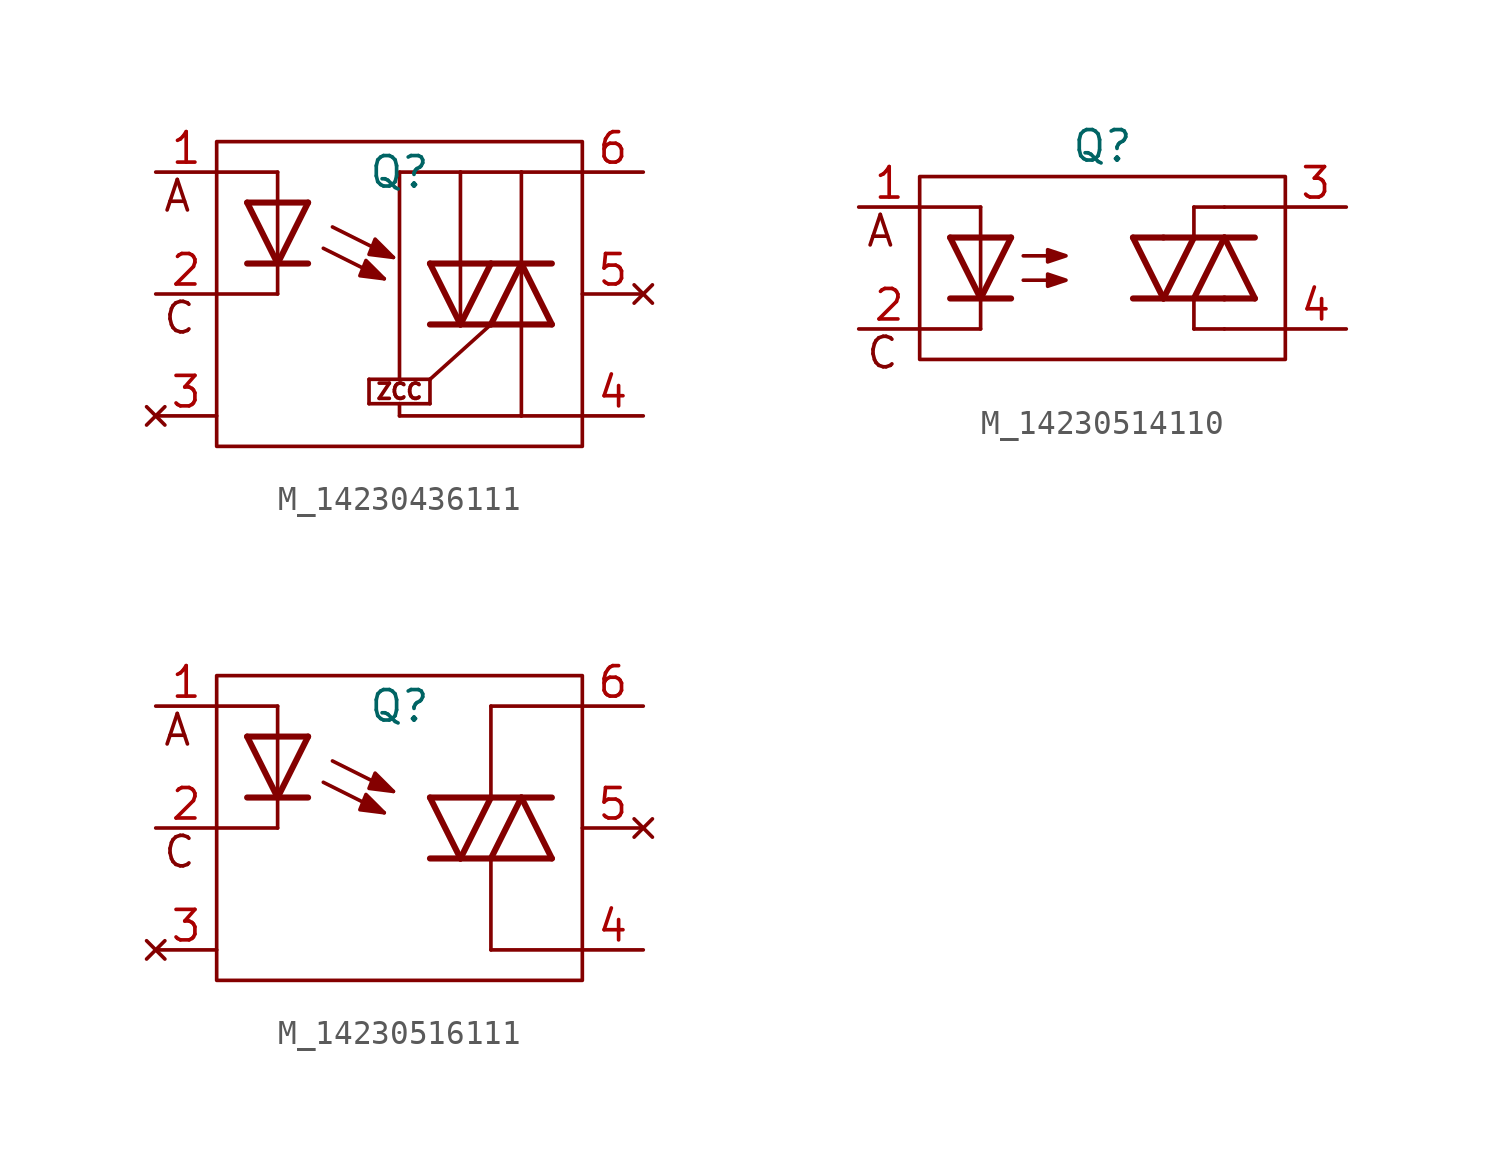
<source format=kicad_sym>
(kicad_symbol_lib
  (version 20220914)
  (generator kicad_symbol_editor)
  (symbol "M_14230436111"
    (pin_names hide)
    (property "Reference" "Q"
      (at 0 5.08 0)
      (effects (font (size 1.27 1.27))))
    (symbol "M_14230436111_0_0"
      (rectangle (start -7.62 6.35) (end 7.62 -6.35) (stroke (width 0) (type default)) (fill (type none)))
      (polyline (pts (xy -5.08 0) (xy -7.62 0)) (stroke (width 0.152) (type default)) (fill (type none)))
      (polyline (pts (xy -5.08 1.27) (xy -6.35 1.27)) (stroke (width 0.254) (type default)) (fill (type none)))
      (polyline (pts (xy -5.08 1.27) (xy -6.35 3.81)) (stroke (width 0.254) (type default)) (fill (type none)))
      (polyline (pts (xy -5.08 1.27) (xy -5.08 0)) (stroke (width 0.152) (type default)) (fill (type none)))
      (polyline (pts (xy -5.08 3.81) (xy -6.35 3.81)) (stroke (width 0.254) (type default)) (fill (type none)))
      (polyline (pts (xy -5.08 3.81) (xy -5.08 1.27)) (stroke (width 0.152) (type default)) (fill (type none)))
      (polyline (pts (xy -5.08 3.81) (xy -5.08 5.08)) (stroke (width 0.152) (type default)) (fill (type none)))
      (polyline (pts (xy -5.08 5.08) (xy -7.62 5.08)) (stroke (width 0.152) (type default)) (fill (type none)))
      (polyline (pts (xy -3.81 1.27) (xy -5.08 1.27)) (stroke (width 0.254) (type default)) (fill (type none)))
      (polyline (pts (xy -3.81 3.81) (xy -5.08 1.27)) (stroke (width 0.254) (type default)) (fill (type none)))
      (polyline (pts (xy -3.81 3.81) (xy -5.08 3.81)) (stroke (width 0.254) (type default)) (fill (type none)))
      (polyline (pts (xy -3.175 1.905) (xy -0.635 0.635)) (stroke (width 0.152) (type default)) (fill (type none)))
      (polyline (pts (xy -2.794 2.794) (xy -0.254 1.524)) (stroke (width 0.152) (type default)) (fill (type none)))
      (polyline (pts (xy -1.27 -4.572) (xy -1.27 -3.556)) (stroke (width 0.152) (type default)) (fill (type none)))
      (polyline (pts (xy -1.27 -3.556) (xy 0 -3.556)) (stroke (width 0.152) (type default)) (fill (type none)))
      (polyline (pts (xy 0 -5.08) (xy 5.08 -5.08)) (stroke (width 0.152) (type default)) (fill (type none)))
      (polyline (pts (xy 0 -4.572) (xy -1.27 -4.572)) (stroke (width 0.152) (type default)) (fill (type none)))
      (polyline (pts (xy 0 -4.572) (xy 0 -5.08)) (stroke (width 0.152) (type default)) (fill (type none)))
      (polyline (pts (xy 0 -3.556) (xy 1.27 -3.556)) (stroke (width 0.152) (type default)) (fill (type none)))
      (polyline (pts (xy 0 5.08) (xy 0 -3.556)) (stroke (width 0.152) (type default)) (fill (type none)))
      (polyline (pts (xy 1.27 -4.572) (xy 0 -4.572)) (stroke (width 0.152) (type default)) (fill (type none)))
      (polyline (pts (xy 1.27 -3.556) (xy 1.27 -4.572)) (stroke (width 0.152) (type default)) (fill (type none)))
      (polyline (pts (xy 1.27 -3.556) (xy 3.81 -1.27)) (stroke (width 0.152) (type default)) (fill (type none)))
      (polyline (pts (xy 2.54 -1.27) (xy 1.27 -1.27)) (stroke (width 0.254) (type default)) (fill (type none)))
      (polyline (pts (xy 2.54 -1.27) (xy 1.27 1.27)) (stroke (width 0.254) (type default)) (fill (type none)))
      (polyline (pts (xy 2.54 1.27) (xy 1.27 1.27)) (stroke (width 0.254) (type default)) (fill (type none)))
      (polyline (pts (xy 2.54 1.27) (xy 2.54 -1.27)) (stroke (width 0.152) (type default)) (fill (type none)))
      (polyline (pts (xy 2.54 1.27) (xy 2.54 5.08)) (stroke (width 0.152) (type default)) (fill (type none)))
      (polyline (pts (xy 2.54 5.08) (xy 0 5.08)) (stroke (width 0.152) (type default)) (fill (type none)))
      (polyline (pts (xy 3.81 -1.27) (xy 2.54 -1.27)) (stroke (width 0.254) (type default)) (fill (type none)))
      (polyline (pts (xy 3.81 -1.27) (xy 5.08 -1.27)) (stroke (width 0.254) (type default)) (fill (type none)))
      (polyline (pts (xy 3.81 -1.27) (xy 5.08 1.27)) (stroke (width 0.254) (type default)) (fill (type none)))
      (polyline (pts (xy 3.81 1.27) (xy 2.54 -1.27)) (stroke (width 0.254) (type default)) (fill (type none)))
      (polyline (pts (xy 3.81 1.27) (xy 2.54 1.27)) (stroke (width 0.254) (type default)) (fill (type none)))
      (polyline (pts (xy 3.81 1.27) (xy 5.08 1.27)) (stroke (width 0.254) (type default)) (fill (type none)))
      (polyline (pts (xy 5.08 -1.27) (xy 5.08 -5.08)) (stroke (width 0.152) (type default)) (fill (type none)))
      (polyline (pts (xy 5.08 -1.27) (xy 5.08 1.27)) (stroke (width 0.152) (type default)) (fill (type none)))
      (polyline (pts (xy 5.08 -1.27) (xy 6.35 -1.27)) (stroke (width 0.254) (type default)) (fill (type none)))
      (polyline (pts (xy 5.08 1.27) (xy 5.08 5.08)) (stroke (width 0.152) (type default)) (fill (type none)))
      (polyline (pts (xy 5.08 1.27) (xy 6.35 -1.27)) (stroke (width 0.254) (type default)) (fill (type none)))
      (polyline (pts (xy 5.08 1.27) (xy 6.35 1.27)) (stroke (width 0.254) (type default)) (fill (type none)))
      (polyline (pts (xy 5.08 5.08) (xy 2.54 5.08)) (stroke (width 0.152) (type default)) (fill (type none)))
      (polyline (pts (xy 7.62 -5.08) (xy 5.08 -5.08)) (stroke (width 0.152) (type default)) (fill (type none)))
      (polyline (pts (xy 7.62 5.08) (xy 5.08 5.08)) (stroke (width 0.152) (type default)) (fill (type none)))
      (polyline (pts (xy -1.397 1.397) (xy -0.635 0.635) (xy -1.651 0.762) (xy -1.397 1.397)) (stroke (width 0.152) (type default)) (fill (type outline)))
      (polyline (pts (xy -1.016 2.286) (xy -0.254 1.524) (xy -1.27 1.651) (xy -1.016 2.286)) (stroke (width 0.152) (type default)) (fill (type outline)))
      (text "A" (at -9.906 4.826 0) (effects (font (size 1.27 1.27)) (justify left top)))
      (text "C" (at -9.906 -0.254 0) (effects (font (size 1.27 1.27)) (justify left top))))
    (symbol "M_14230436111_1_0"
      (text "ZCC" (at 0 -4.064 0) (effects (font (size 0.635 0.635))))
      (pin passive line (at -10.16 5.08 0) (length 2.54) (name "Anode" (effects (font (size 1.27 1.27)))) (number "1" (effects (font (size 1.27 1.27)))))
      (pin passive line (at -10.16 0 0) (length 2.54) (name "Cathode" (effects (font (size 1.27 1.27)))) (number "2" (effects (font (size 1.27 1.27)))))
      (pin no_connect line (at -10.16 -5.08 0) (length 2.54) (name "NC" (effects (font (size 1.27 1.27)))) (number "3" (effects (font (size 1.27 1.27)))))
      (pin passive line (at 10.16 -5.08 180) (length 2.54) (name "Teminal" (effects (font (size 1.27 1.27)))) (number "4" (effects (font (size 1.27 1.27)))))
      (pin no_connect line (at 10.16 0 180) (length 2.54) (name "NC" (effects (font (size 1.27 1.27)))) (number "5" (effects (font (size 1.27 1.27)))))
      (pin passive line (at 10.16 5.08 180) (length 2.54) (name "Teminal" (effects (font (size 1.27 1.27)))) (number "6" (effects (font (size 1.27 1.27)))))))
  (symbol "M_14230514110"
    (pin_names hide)
    (property "Reference" "Q"
      (at 0 5.08 0)
      (effects (font (size 1.27 1.27))))
    (symbol "M_14230514110_0_0"
      (rectangle (start -7.62 3.81) (end 7.62 -3.81) (stroke (width 0) (type default)) (fill (type none)))
      (polyline (pts (xy -5.08 -2.54) (xy -7.62 -2.54)) (stroke (width 0.152) (type default)) (fill (type none)))
      (polyline (pts (xy -5.08 -1.27) (xy -6.35 -1.27)) (stroke (width 0.254) (type default)) (fill (type none)))
      (polyline (pts (xy -5.08 -1.27) (xy -6.35 1.27)) (stroke (width 0.254) (type default)) (fill (type none)))
      (polyline (pts (xy -5.08 -1.27) (xy -5.08 -2.54)) (stroke (width 0.152) (type default)) (fill (type none)))
      (polyline (pts (xy -5.08 1.27) (xy -6.35 1.27)) (stroke (width 0.254) (type default)) (fill (type none)))
      (polyline (pts (xy -5.08 1.27) (xy -5.08 -1.27)) (stroke (width 0.152) (type default)) (fill (type none)))
      (polyline (pts (xy -5.08 1.27) (xy -5.08 2.54)) (stroke (width 0.152) (type default)) (fill (type none)))
      (polyline (pts (xy -5.08 2.54) (xy -7.62 2.54)) (stroke (width 0.152) (type default)) (fill (type none)))
      (polyline (pts (xy -3.81 -1.27) (xy -5.08 -1.27)) (stroke (width 0.254) (type default)) (fill (type none)))
      (polyline (pts (xy -3.81 1.27) (xy -5.08 -1.27)) (stroke (width 0.254) (type default)) (fill (type none)))
      (polyline (pts (xy -3.81 1.27) (xy -5.08 1.27)) (stroke (width 0.254) (type default)) (fill (type none)))
      (polyline (pts (xy -3.302 -0.508) (xy -2.032 -0.508)) (stroke (width 0.152) (type default)) (fill (type none)))
      (polyline (pts (xy -3.302 0.508) (xy -2.032 0.508)) (stroke (width 0.152) (type default)) (fill (type none)))
      (polyline (pts (xy 2.54 -1.27) (xy 1.27 -1.27)) (stroke (width 0.254) (type default)) (fill (type none)))
      (polyline (pts (xy 2.54 -1.27) (xy 1.27 1.27)) (stroke (width 0.254) (type default)) (fill (type none)))
      (polyline (pts (xy 2.54 1.27) (xy 1.27 1.27)) (stroke (width 0.254) (type default)) (fill (type none)))
      (polyline (pts (xy 3.81 -2.54) (xy 5.08 -2.54)) (stroke (width 0.152) (type default)) (fill (type none)))
      (polyline (pts (xy 3.81 -1.27) (xy 2.54 -1.27)) (stroke (width 0.254) (type default)) (fill (type none)))
      (polyline (pts (xy 3.81 -1.27) (xy 3.81 -2.54)) (stroke (width 0.152) (type default)) (fill (type none)))
      (polyline (pts (xy 3.81 -1.27) (xy 5.08 -1.27)) (stroke (width 0.254) (type default)) (fill (type none)))
      (polyline (pts (xy 3.81 -1.27) (xy 5.08 1.27)) (stroke (width 0.254) (type default)) (fill (type none)))
      (polyline (pts (xy 3.81 1.27) (xy 2.54 -1.27)) (stroke (width 0.254) (type default)) (fill (type none)))
      (polyline (pts (xy 3.81 1.27) (xy 2.54 1.27)) (stroke (width 0.254) (type default)) (fill (type none)))
      (polyline (pts (xy 3.81 1.27) (xy 3.81 2.54)) (stroke (width 0.152) (type default)) (fill (type none)))
      (polyline (pts (xy 3.81 1.27) (xy 5.08 1.27)) (stroke (width 0.254) (type default)) (fill (type none)))
      (polyline (pts (xy 5.08 -1.27) (xy 6.35 -1.27)) (stroke (width 0.254) (type default)) (fill (type none)))
      (polyline (pts (xy 5.08 1.27) (xy 6.35 -1.27)) (stroke (width 0.254) (type default)) (fill (type none)))
      (polyline (pts (xy 5.08 1.27) (xy 6.35 1.27)) (stroke (width 0.254) (type default)) (fill (type none)))
      (polyline (pts (xy 5.08 2.54) (xy 3.81 2.54)) (stroke (width 0.152) (type default)) (fill (type none)))
      (polyline (pts (xy 7.62 -2.54) (xy 5.08 -2.54)) (stroke (width 0.152) (type default)) (fill (type none)))
      (polyline (pts (xy 7.62 2.54) (xy 5.08 2.54)) (stroke (width 0.152) (type default)) (fill (type none)))
      (polyline (pts (xy -2.286 -0.254) (xy -1.524 -0.508) (xy -2.286 -0.762) (xy -2.286 -0.254)) (stroke (width 0.152) (type default)) (fill (type outline)))
      (polyline (pts (xy -2.286 0.762) (xy -1.524 0.508) (xy -2.286 0.254) (xy -2.286 0.762)) (stroke (width 0.152) (type default)) (fill (type outline)))
      (text "A" (at -9.906 2.286 0) (effects (font (size 1.27 1.27)) (justify left top)))
      (text "C" (at -9.906 -2.794 0) (effects (font (size 1.27 1.27)) (justify left top))))
    (symbol "M_14230514110_1_0"
      (pin passive line (at -10.16 2.54 0) (length 2.54) (name "Anode" (effects (font (size 1.27 1.27)))) (number "1" (effects (font (size 1.27 1.27)))))
      (pin passive line (at -10.16 -2.54 0) (length 2.54) (name "Cathode" (effects (font (size 1.27 1.27)))) (number "2" (effects (font (size 1.27 1.27)))))
      (pin passive line (at 10.16 2.54 180) (length 2.54) (name "Teminal" (effects (font (size 1.27 1.27)))) (number "3" (effects (font (size 1.27 1.27)))))
      (pin passive line (at 10.16 -2.54 180) (length 2.54) (name "Teminal" (effects (font (size 1.27 1.27)))) (number "4" (effects (font (size 1.27 1.27)))))))
  (symbol "M_14230516111"
    (pin_names hide)
    (property "Reference" "Q"
      (at 0 5.08 0)
      (effects (font (size 1.27 1.27))))
    (symbol "M_14230516111_0_0"
      (rectangle (start -7.62 6.35) (end 7.62 -6.35) (stroke (width 0) (type default)) (fill (type none)))
      (polyline (pts (xy -5.08 0) (xy -7.62 0)) (stroke (width 0.152) (type default)) (fill (type none)))
      (polyline (pts (xy -5.08 1.27) (xy -6.35 1.27)) (stroke (width 0.254) (type default)) (fill (type none)))
      (polyline (pts (xy -5.08 1.27) (xy -6.35 3.81)) (stroke (width 0.254) (type default)) (fill (type none)))
      (polyline (pts (xy -5.08 1.27) (xy -5.08 0)) (stroke (width 0.152) (type default)) (fill (type none)))
      (polyline (pts (xy -5.08 3.81) (xy -6.35 3.81)) (stroke (width 0.254) (type default)) (fill (type none)))
      (polyline (pts (xy -5.08 3.81) (xy -5.08 1.27)) (stroke (width 0.152) (type default)) (fill (type none)))
      (polyline (pts (xy -5.08 3.81) (xy -5.08 5.08)) (stroke (width 0.152) (type default)) (fill (type none)))
      (polyline (pts (xy -5.08 5.08) (xy -7.62 5.08)) (stroke (width 0.152) (type default)) (fill (type none)))
      (polyline (pts (xy -3.81 1.27) (xy -5.08 1.27)) (stroke (width 0.254) (type default)) (fill (type none)))
      (polyline (pts (xy -3.81 3.81) (xy -5.08 1.27)) (stroke (width 0.254) (type default)) (fill (type none)))
      (polyline (pts (xy -3.81 3.81) (xy -5.08 3.81)) (stroke (width 0.254) (type default)) (fill (type none)))
      (polyline (pts (xy -3.175 1.905) (xy -0.635 0.635)) (stroke (width 0.152) (type default)) (fill (type none)))
      (polyline (pts (xy -2.794 2.794) (xy -0.254 1.524)) (stroke (width 0.152) (type default)) (fill (type none)))
      (polyline (pts (xy 2.54 -1.27) (xy 1.27 -1.27)) (stroke (width 0.254) (type default)) (fill (type none)))
      (polyline (pts (xy 2.54 -1.27) (xy 1.27 1.27)) (stroke (width 0.254) (type default)) (fill (type none)))
      (polyline (pts (xy 3.81 -1.27) (xy 2.54 -1.27)) (stroke (width 0.254) (type default)) (fill (type none)))
      (polyline (pts (xy 3.81 -1.27) (xy 3.81 -5.08)) (stroke (width 0.152) (type default)) (fill (type none)))
      (polyline (pts (xy 3.81 -1.27) (xy 5.08 1.27)) (stroke (width 0.254) (type default)) (fill (type none)))
      (polyline (pts (xy 3.81 -1.27) (xy 6.35 -1.27)) (stroke (width 0.254) (type default)) (fill (type none)))
      (polyline (pts (xy 3.81 1.27) (xy 1.27 1.27)) (stroke (width 0.254) (type default)) (fill (type none)))
      (polyline (pts (xy 3.81 1.27) (xy 2.54 -1.27)) (stroke (width 0.254) (type default)) (fill (type none)))
      (polyline (pts (xy 3.81 1.27) (xy 3.81 5.08)) (stroke (width 0.152) (type default)) (fill (type none)))
      (polyline (pts (xy 3.81 1.27) (xy 5.08 1.27)) (stroke (width 0.254) (type default)) (fill (type none)))
      (polyline (pts (xy 5.08 1.27) (xy 6.35 -1.27)) (stroke (width 0.254) (type default)) (fill (type none)))
      (polyline (pts (xy 5.08 1.27) (xy 6.35 1.27)) (stroke (width 0.254) (type default)) (fill (type none)))
      (polyline (pts (xy 7.62 -5.08) (xy 3.81 -5.08)) (stroke (width 0.152) (type default)) (fill (type none)))
      (polyline (pts (xy 7.62 5.08) (xy 3.81 5.08)) (stroke (width 0.152) (type default)) (fill (type none)))
      (polyline (pts (xy -1.397 1.397) (xy -0.635 0.635) (xy -1.651 0.762) (xy -1.397 1.397)) (stroke (width 0.152) (type default)) (fill (type outline)))
      (polyline (pts (xy -1.016 2.286) (xy -0.254 1.524) (xy -1.27 1.651) (xy -1.016 2.286)) (stroke (width 0.152) (type default)) (fill (type outline)))
      (text "A" (at -9.906 4.826 0) (effects (font (size 1.27 1.27)) (justify left top)))
      (text "C" (at -9.906 -0.254 0) (effects (font (size 1.27 1.27)) (justify left top))))
    (symbol "M_14230516111_1_0"
      (pin passive line (at -10.16 5.08 0) (length 2.54) (name "Anode" (effects (font (size 1.27 1.27)))) (number "1" (effects (font (size 1.27 1.27)))))
      (pin passive line (at -10.16 0 0) (length 2.54) (name "Cathode" (effects (font (size 1.27 1.27)))) (number "2" (effects (font (size 1.27 1.27)))))
      (pin no_connect line (at -10.16 -5.08 0) (length 2.54) (name "NC" (effects (font (size 1.27 1.27)))) (number "3" (effects (font (size 1.27 1.27)))))
      (pin passive line (at 10.16 -5.08 180) (length 2.54) (name "Teminal" (effects (font (size 1.27 1.27)))) (number "4" (effects (font (size 1.27 1.27)))))
      (pin no_connect line (at 10.16 0 180) (length 2.54) (name "NC" (effects (font (size 1.27 1.27)))) (number "5" (effects (font (size 1.27 1.27)))))
      (pin passive line (at 10.16 5.08 180) (length 2.54) (name "Teminal" (effects (font (size 1.27 1.27)))) (number "6" (effects (font (size 1.27 1.27))))))))
</source>
